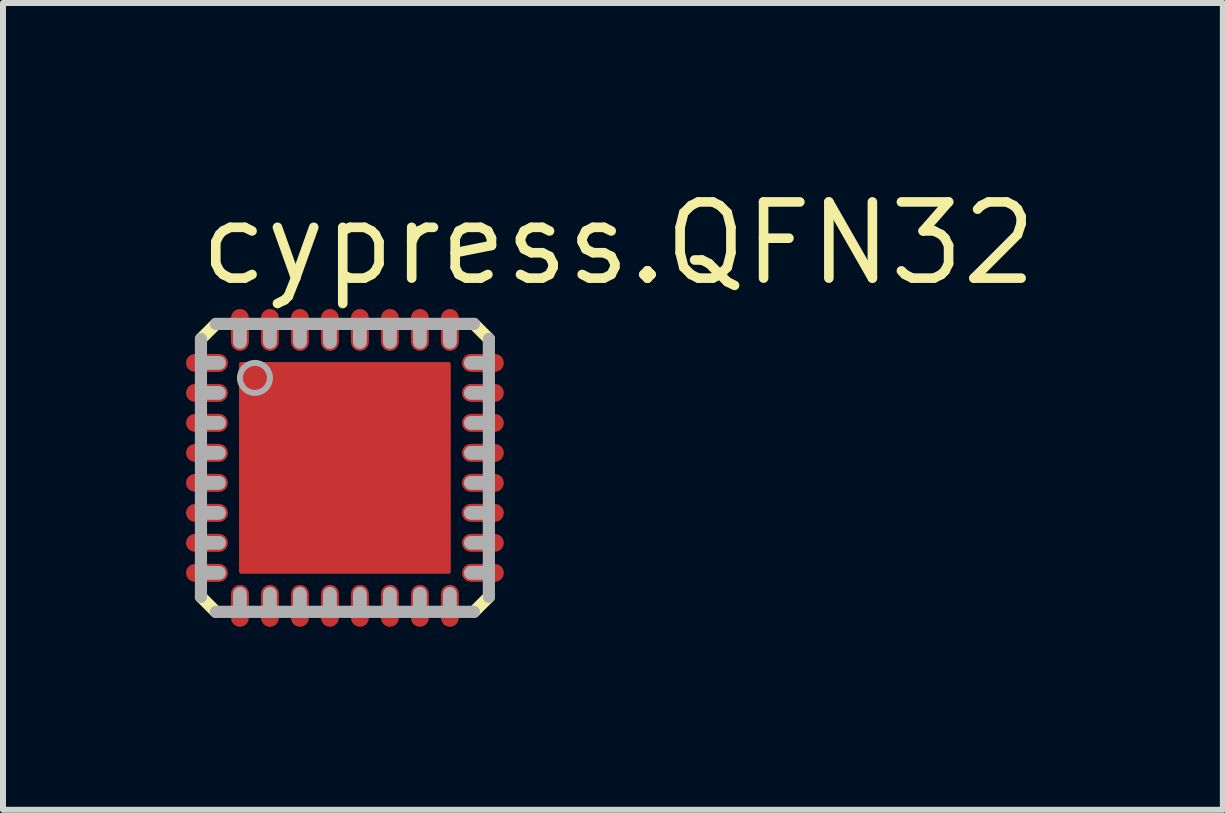
<source format=kicad_pcb>
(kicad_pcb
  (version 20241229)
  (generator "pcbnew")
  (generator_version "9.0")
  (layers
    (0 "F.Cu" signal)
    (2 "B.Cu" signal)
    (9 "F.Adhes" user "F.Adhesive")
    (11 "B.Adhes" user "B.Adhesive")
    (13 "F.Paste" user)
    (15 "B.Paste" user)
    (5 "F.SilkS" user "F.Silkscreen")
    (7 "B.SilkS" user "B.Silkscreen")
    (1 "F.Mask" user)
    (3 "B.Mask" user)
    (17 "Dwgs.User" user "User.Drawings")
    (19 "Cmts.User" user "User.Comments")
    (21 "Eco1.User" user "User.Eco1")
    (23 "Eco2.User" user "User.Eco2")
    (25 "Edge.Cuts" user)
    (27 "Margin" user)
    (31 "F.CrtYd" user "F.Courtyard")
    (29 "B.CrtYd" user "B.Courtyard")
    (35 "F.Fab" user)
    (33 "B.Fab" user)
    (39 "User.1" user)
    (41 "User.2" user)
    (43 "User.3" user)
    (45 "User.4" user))
  (footprint "cypress.QFN32"
    (layer "F.Cu")
    (at 2.7 4.75)
    (property "Reference" "cypress.QFN32" (at -2.5 -3 0) (layer "F.SilkS") (effects (font (size 1.27 1.27) (thickness 0.16)) (justify left bottom)))
    (attr smd)
    (fp_line (start -2.1 -1.75) (end -2.5 -1.75) (stroke (width 0.4) (type default)) (layer "F.Mask"))
    (fp_line (start -2.1 -1.25) (end -2.5 -1.25) (stroke (width 0.4) (type default)) (layer "F.Mask"))
    (fp_line (start -2.1 -0.75) (end -2.5 -0.75) (stroke (width 0.4) (type default)) (layer "F.Mask"))
    (fp_line (start -2.1 -0.25) (end -2.5 -0.25) (stroke (width 0.4) (type default)) (layer "F.Mask"))
    (fp_line (start -2.1 0.25) (end -2.5 0.25) (stroke (width 0.4) (type default)) (layer "F.Mask"))
    (fp_line (start -2.1 0.75) (end -2.5 0.75) (stroke (width 0.4) (type default)) (layer "F.Mask"))
    (fp_line (start -2.1 1.25) (end -2.5 1.25) (stroke (width 0.4) (type default)) (layer "F.Mask"))
    (fp_line (start -2.1 1.75) (end -2.5 1.75) (stroke (width 0.4) (type default)) (layer "F.Mask"))
    (fp_line (start -1.75 -2.1) (end -1.75 -2.5) (stroke (width 0.4) (type default)) (layer "F.Mask"))
    (fp_line (start -1.75 2.1) (end -1.75 2.5) (stroke (width 0.4) (type default)) (layer "F.Mask"))
    (fp_line (start -1.25 -2.1) (end -1.25 -2.5) (stroke (width 0.4) (type default)) (layer "F.Mask"))
    (fp_line (start -1.25 2.1) (end -1.25 2.5) (stroke (width 0.4) (type default)) (layer "F.Mask"))
    (fp_line (start -0.75 -2.1) (end -0.75 -2.5) (stroke (width 0.4) (type default)) (layer "F.Mask"))
    (fp_line (start -0.75 2.1) (end -0.75 2.5) (stroke (width 0.4) (type default)) (layer "F.Mask"))
    (fp_line (start -0.25 -2.1) (end -0.25 -2.5) (stroke (width 0.4) (type default)) (layer "F.Mask"))
    (fp_line (start -0.25 2.1) (end -0.25 2.5) (stroke (width 0.4) (type default)) (layer "F.Mask"))
    (fp_line (start 0.25 -2.1) (end 0.25 -2.5) (stroke (width 0.4) (type default)) (layer "F.Mask"))
    (fp_line (start 0.25 2.1) (end 0.25 2.5) (stroke (width 0.4) (type default)) (layer "F.Mask"))
    (fp_line (start 0.75 -2.1) (end 0.75 -2.5) (stroke (width 0.4) (type default)) (layer "F.Mask"))
    (fp_line (start 0.75 2.1) (end 0.75 2.5) (stroke (width 0.4) (type default)) (layer "F.Mask"))
    (fp_line (start 1.25 -2.1) (end 1.25 -2.5) (stroke (width 0.4) (type default)) (layer "F.Mask"))
    (fp_line (start 1.25 2.1) (end 1.25 2.5) (stroke (width 0.4) (type default)) (layer "F.Mask"))
    (fp_line (start 1.75 -2.1) (end 1.75 -2.5) (stroke (width 0.4) (type default)) (layer "F.Mask"))
    (fp_line (start 1.75 2.1) (end 1.75 2.5) (stroke (width 0.4) (type default)) (layer "F.Mask"))
    (fp_line (start 2.1 -1.75) (end 2.5 -1.75) (stroke (width 0.4) (type default)) (layer "F.Mask"))
    (fp_line (start 2.1 -1.25) (end 2.5 -1.25) (stroke (width 0.4) (type default)) (layer "F.Mask"))
    (fp_line (start 2.1 -0.75) (end 2.5 -0.75) (stroke (width 0.4) (type default)) (layer "F.Mask"))
    (fp_line (start 2.1 -0.25) (end 2.5 -0.25) (stroke (width 0.4) (type default)) (layer "F.Mask"))
    (fp_line (start 2.1 0.25) (end 2.5 0.25) (stroke (width 0.4) (type default)) (layer "F.Mask"))
    (fp_line (start 2.1 0.75) (end 2.5 0.75) (stroke (width 0.4) (type default)) (layer "F.Mask"))
    (fp_line (start 2.1 1.25) (end 2.5 1.25) (stroke (width 0.4) (type default)) (layer "F.Mask"))
    (fp_line (start 2.1 1.75) (end 2.5 1.75) (stroke (width 0.4) (type default)) (layer "F.Mask"))
    (fp_rect (start -1.8 1.8) (end 1.8 -1.8) (stroke (width 0.05) (type default)) (fill yes) (layer "F.Mask"))
    (fp_line (start -2.4 -2.15) (end -2.15 -2.4) (stroke (width 0.203) (type default)) (layer "F.SilkS"))
    (fp_line (start -2.15 2.4) (end -2.4 2.15) (stroke (width 0.203) (type default)) (layer "F.SilkS"))
    (fp_line (start 2.15 -2.4) (end 2.4 -2.15) (stroke (width 0.203) (type default)) (layer "F.SilkS"))
    (fp_line (start 2.4 2.15) (end 2.15 2.4) (stroke (width 0.203) (type default)) (layer "F.SilkS"))
    (fp_line (start -2.1 -1.75) (end -2.5 -1.75) (stroke (width 0.25) (type default)) (layer "F.Paste"))
    (fp_line (start -2.1 -1.25) (end -2.5 -1.25) (stroke (width 0.25) (type default)) (layer "F.Paste"))
    (fp_line (start -2.1 -0.75) (end -2.5 -0.75) (stroke (width 0.25) (type default)) (layer "F.Paste"))
    (fp_line (start -2.1 -0.25) (end -2.5 -0.25) (stroke (width 0.25) (type default)) (layer "F.Paste"))
    (fp_line (start -2.1 0.25) (end -2.5 0.25) (stroke (width 0.25) (type default)) (layer "F.Paste"))
    (fp_line (start -2.1 0.75) (end -2.5 0.75) (stroke (width 0.25) (type default)) (layer "F.Paste"))
    (fp_line (start -2.1 1.25) (end -2.5 1.25) (stroke (width 0.25) (type default)) (layer "F.Paste"))
    (fp_line (start -2.1 1.75) (end -2.5 1.75) (stroke (width 0.25) (type default)) (layer "F.Paste"))
    (fp_line (start -1.75 -2.1) (end -1.75 -2.5) (stroke (width 0.25) (type default)) (layer "F.Paste"))
    (fp_line (start -1.75 2.1) (end -1.75 2.5) (stroke (width 0.25) (type default)) (layer "F.Paste"))
    (fp_line (start -1.25 -2.1) (end -1.25 -2.5) (stroke (width 0.25) (type default)) (layer "F.Paste"))
    (fp_line (start -1.25 2.1) (end -1.25 2.5) (stroke (width 0.25) (type default)) (layer "F.Paste"))
    (fp_line (start -0.75 -2.1) (end -0.75 -2.5) (stroke (width 0.25) (type default)) (layer "F.Paste"))
    (fp_line (start -0.75 2.1) (end -0.75 2.5) (stroke (width 0.25) (type default)) (layer "F.Paste"))
    (fp_line (start -0.25 -2.1) (end -0.25 -2.5) (stroke (width 0.25) (type default)) (layer "F.Paste"))
    (fp_line (start -0.25 2.1) (end -0.25 2.5) (stroke (width 0.25) (type default)) (layer "F.Paste"))
    (fp_line (start 0.25 -2.1) (end 0.25 -2.5) (stroke (width 0.25) (type default)) (layer "F.Paste"))
    (fp_line (start 0.25 2.1) (end 0.25 2.5) (stroke (width 0.25) (type default)) (layer "F.Paste"))
    (fp_line (start 0.75 -2.1) (end 0.75 -2.5) (stroke (width 0.25) (type default)) (layer "F.Paste"))
    (fp_line (start 0.75 2.1) (end 0.75 2.5) (stroke (width 0.25) (type default)) (layer "F.Paste"))
    (fp_line (start 1.25 -2.1) (end 1.25 -2.5) (stroke (width 0.25) (type default)) (layer "F.Paste"))
    (fp_line (start 1.25 2.1) (end 1.25 2.5) (stroke (width 0.25) (type default)) (layer "F.Paste"))
    (fp_line (start 1.75 -2.1) (end 1.75 -2.5) (stroke (width 0.25) (type default)) (layer "F.Paste"))
    (fp_line (start 1.75 2.1) (end 1.75 2.5) (stroke (width 0.25) (type default)) (layer "F.Paste"))
    (fp_line (start 2.1 -1.75) (end 2.5 -1.75) (stroke (width 0.25) (type default)) (layer "F.Paste"))
    (fp_line (start 2.1 -1.25) (end 2.5 -1.25) (stroke (width 0.25) (type default)) (layer "F.Paste"))
    (fp_line (start 2.1 -0.75) (end 2.5 -0.75) (stroke (width 0.25) (type default)) (layer "F.Paste"))
    (fp_line (start 2.1 -0.25) (end 2.5 -0.25) (stroke (width 0.25) (type default)) (layer "F.Paste"))
    (fp_line (start 2.1 0.25) (end 2.5 0.25) (stroke (width 0.25) (type default)) (layer "F.Paste"))
    (fp_line (start 2.1 0.75) (end 2.5 0.75) (stroke (width 0.25) (type default)) (layer "F.Paste"))
    (fp_line (start 2.1 1.25) (end 2.5 1.25) (stroke (width 0.25) (type default)) (layer "F.Paste"))
    (fp_line (start 2.1 1.75) (end 2.5 1.75) (stroke (width 0.25) (type default)) (layer "F.Paste"))
    (fp_rect (start -1.65 1.65) (end 1.65 -1.65) (stroke (width 0.05) (type default)) (fill yes) (layer "F.Paste"))
    (fp_line (start -2.4 2.15) (end -2.4 -2.15) (stroke (width 0.203) (type default)) (layer "F.Fab"))
    (fp_line (start -2.15 -2.4) (end 2.15 -2.4) (stroke (width 0.203) (type default)) (layer "F.Fab"))
    (fp_line (start -2.1 -1.75) (end -2.325 -1.75) (stroke (width 0.23) (type default)) (layer "F.Fab"))
    (fp_line (start -2.1 -1.25) (end -2.325 -1.25) (stroke (width 0.23) (type default)) (layer "F.Fab"))
    (fp_line (start -2.1 -0.75) (end -2.325 -0.75) (stroke (width 0.23) (type default)) (layer "F.Fab"))
    (fp_line (start -2.1 -0.25) (end -2.325 -0.25) (stroke (width 0.23) (type default)) (layer "F.Fab"))
    (fp_line (start -2.1 0.25) (end -2.325 0.25) (stroke (width 0.23) (type default)) (layer "F.Fab"))
    (fp_line (start -2.1 0.75) (end -2.325 0.75) (stroke (width 0.23) (type default)) (layer "F.Fab"))
    (fp_line (start -2.1 1.25) (end -2.325 1.25) (stroke (width 0.23) (type default)) (layer "F.Fab"))
    (fp_line (start -2.1 1.75) (end -2.325 1.75) (stroke (width 0.23) (type default)) (layer "F.Fab"))
    (fp_line (start -1.75 -2.1) (end -1.75 -2.325) (stroke (width 0.23) (type default)) (layer "F.Fab"))
    (fp_line (start -1.75 2.1) (end -1.75 2.325) (stroke (width 0.23) (type default)) (layer "F.Fab"))
    (fp_line (start -1.25 -2.1) (end -1.25 -2.325) (stroke (width 0.23) (type default)) (layer "F.Fab"))
    (fp_line (start -1.25 2.1) (end -1.25 2.325) (stroke (width 0.23) (type default)) (layer "F.Fab"))
    (fp_line (start -0.75 -2.1) (end -0.75 -2.325) (stroke (width 0.23) (type default)) (layer "F.Fab"))
    (fp_line (start -0.75 2.1) (end -0.75 2.325) (stroke (width 0.23) (type default)) (layer "F.Fab"))
    (fp_line (start -0.25 -2.1) (end -0.25 -2.325) (stroke (width 0.23) (type default)) (layer "F.Fab"))
    (fp_line (start -0.25 2.1) (end -0.25 2.325) (stroke (width 0.23) (type default)) (layer "F.Fab"))
    (fp_line (start 0.25 -2.1) (end 0.25 -2.325) (stroke (width 0.23) (type default)) (layer "F.Fab"))
    (fp_line (start 0.25 2.1) (end 0.25 2.325) (stroke (width 0.23) (type default)) (layer "F.Fab"))
    (fp_line (start 0.75 -2.1) (end 0.75 -2.325) (stroke (width 0.23) (type default)) (layer "F.Fab"))
    (fp_line (start 0.75 2.1) (end 0.75 2.325) (stroke (width 0.23) (type default)) (layer "F.Fab"))
    (fp_line (start 1.25 -2.1) (end 1.25 -2.325) (stroke (width 0.23) (type default)) (layer "F.Fab"))
    (fp_line (start 1.25 2.1) (end 1.25 2.325) (stroke (width 0.23) (type default)) (layer "F.Fab"))
    (fp_line (start 1.75 -2.1) (end 1.75 -2.325) (stroke (width 0.23) (type default)) (layer "F.Fab"))
    (fp_line (start 1.75 2.1) (end 1.75 2.325) (stroke (width 0.23) (type default)) (layer "F.Fab"))
    (fp_line (start 2.1 -1.75) (end 2.325 -1.75) (stroke (width 0.23) (type default)) (layer "F.Fab"))
    (fp_line (start 2.1 -1.25) (end 2.325 -1.25) (stroke (width 0.23) (type default)) (layer "F.Fab"))
    (fp_line (start 2.1 -0.75) (end 2.325 -0.75) (stroke (width 0.23) (type default)) (layer "F.Fab"))
    (fp_line (start 2.1 -0.25) (end 2.325 -0.25) (stroke (width 0.23) (type default)) (layer "F.Fab"))
    (fp_line (start 2.1 0.25) (end 2.325 0.25) (stroke (width 0.23) (type default)) (layer "F.Fab"))
    (fp_line (start 2.1 0.75) (end 2.325 0.75) (stroke (width 0.23) (type default)) (layer "F.Fab"))
    (fp_line (start 2.1 1.25) (end 2.325 1.25) (stroke (width 0.23) (type default)) (layer "F.Fab"))
    (fp_line (start 2.1 1.75) (end 2.325 1.75) (stroke (width 0.23) (type default)) (layer "F.Fab"))
    (fp_line (start 2.15 2.4) (end -2.15 2.4) (stroke (width 0.203) (type default)) (layer "F.Fab"))
    (fp_line (start 2.4 -2.15) (end 2.4 2.15) (stroke (width 0.203) (type default)) (layer "F.Fab"))
    (fp_circle (center -1.5 -1.5) (end -1.25 -1.5) (stroke (width 0.1) (type default)) (fill no) (layer "F.Fab"))
    (pad "1" smd roundrect (at -2.3 -1.75) (size 0.7 0.3) (layers "F.Cu" "F.Mask" "F.Paste") (roundrect_rratio 0.5))
    (pad "2" smd roundrect (at -2.3 -1.25) (size 0.7 0.3) (layers "F.Cu" "F.Mask" "F.Paste") (roundrect_rratio 0.5))
    (pad "3" smd roundrect (at -2.3 -0.75) (size 0.7 0.3) (layers "F.Cu" "F.Mask" "F.Paste") (roundrect_rratio 0.5))
    (pad "4" smd roundrect (at -2.3 -0.25) (size 0.7 0.3) (layers "F.Cu" "F.Mask" "F.Paste") (roundrect_rratio 0.5))
    (pad "5" smd roundrect (at -2.3 0.25) (size 0.7 0.3) (layers "F.Cu" "F.Mask" "F.Paste") (roundrect_rratio 0.5))
    (pad "6" smd roundrect (at -2.3 0.75) (size 0.7 0.3) (layers "F.Cu" "F.Mask" "F.Paste") (roundrect_rratio 0.5))
    (pad "7" smd roundrect (at -2.3 1.25) (size 0.7 0.3) (layers "F.Cu" "F.Mask" "F.Paste") (roundrect_rratio 0.5))
    (pad "8" smd roundrect (at -2.3 1.75) (size 0.7 0.3) (layers "F.Cu" "F.Mask" "F.Paste") (roundrect_rratio 0.5))
    (pad "9" smd roundrect (at -1.75 2.3 90) (size 0.7 0.3) (layers "F.Cu" "F.Mask" "F.Paste") (roundrect_rratio 0.5))
    (pad "10" smd roundrect (at -1.25 2.3 90) (size 0.7 0.3) (layers "F.Cu" "F.Mask" "F.Paste") (roundrect_rratio 0.5))
    (pad "11" smd roundrect (at -0.75 2.3 90) (size 0.7 0.3) (layers "F.Cu" "F.Mask" "F.Paste") (roundrect_rratio 0.5))
    (pad "12" smd roundrect (at -0.25 2.3 90) (size 0.7 0.3) (layers "F.Cu" "F.Mask" "F.Paste") (roundrect_rratio 0.5))
    (pad "13" smd roundrect (at 0.25 2.3 90) (size 0.7 0.3) (layers "F.Cu" "F.Mask" "F.Paste") (roundrect_rratio 0.5))
    (pad "14" smd roundrect (at 0.75 2.3 90) (size 0.7 0.3) (layers "F.Cu" "F.Mask" "F.Paste") (roundrect_rratio 0.5))
    (pad "15" smd roundrect (at 1.25 2.3 90) (size 0.7 0.3) (layers "F.Cu" "F.Mask" "F.Paste") (roundrect_rratio 0.5))
    (pad "16" smd roundrect (at 1.75 2.3 90) (size 0.7 0.3) (layers "F.Cu" "F.Mask" "F.Paste") (roundrect_rratio 0.5))
    (pad "17" smd roundrect (at 2.3 1.75 180) (size 0.7 0.3) (layers "F.Cu" "F.Mask" "F.Paste") (roundrect_rratio 0.5))
    (pad "18" smd roundrect (at 2.3 1.25 180) (size 0.7 0.3) (layers "F.Cu" "F.Mask" "F.Paste") (roundrect_rratio 0.5))
    (pad "19" smd roundrect (at 2.3 0.75 180) (size 0.7 0.3) (layers "F.Cu" "F.Mask" "F.Paste") (roundrect_rratio 0.5))
    (pad "20" smd roundrect (at 2.3 0.25 180) (size 0.7 0.3) (layers "F.Cu" "F.Mask" "F.Paste") (roundrect_rratio 0.5))
    (pad "21" smd roundrect (at 2.3 -0.25 180) (size 0.7 0.3) (layers "F.Cu" "F.Mask" "F.Paste") (roundrect_rratio 0.5))
    (pad "22" smd roundrect (at 2.3 -0.75 180) (size 0.7 0.3) (layers "F.Cu" "F.Mask" "F.Paste") (roundrect_rratio 0.5))
    (pad "23" smd roundrect (at 2.3 -1.25 180) (size 0.7 0.3) (layers "F.Cu" "F.Mask" "F.Paste") (roundrect_rratio 0.5))
    (pad "24" smd roundrect (at 2.3 -1.75 180) (size 0.7 0.3) (layers "F.Cu" "F.Mask" "F.Paste") (roundrect_rratio 0.5))
    (pad "25" smd roundrect (at 1.75 -2.3 270) (size 0.7 0.3) (layers "F.Cu" "F.Mask" "F.Paste") (roundrect_rratio 0.5))
    (pad "26" smd roundrect (at 1.25 -2.3 270) (size 0.7 0.3) (layers "F.Cu" "F.Mask" "F.Paste") (roundrect_rratio 0.5))
    (pad "27" smd roundrect (at 0.75 -2.3 270) (size 0.7 0.3) (layers "F.Cu" "F.Mask" "F.Paste") (roundrect_rratio 0.5))
    (pad "28" smd roundrect (at 0.25 -2.3 270) (size 0.7 0.3) (layers "F.Cu" "F.Mask" "F.Paste") (roundrect_rratio 0.5))
    (pad "29" smd roundrect (at -0.25 -2.3 270) (size 0.7 0.3) (layers "F.Cu" "F.Mask" "F.Paste") (roundrect_rratio 0.5))
    (pad "30" smd roundrect (at -0.75 -2.3 270) (size 0.7 0.3) (layers "F.Cu" "F.Mask" "F.Paste") (roundrect_rratio 0.5))
    (pad "31" smd roundrect (at -1.25 -2.3 270) (size 0.7 0.3) (layers "F.Cu" "F.Mask" "F.Paste") (roundrect_rratio 0.5))
    (pad "32" smd roundrect (at -1.75 -2.3 270) (size 0.7 0.3) (layers "F.Cu" "F.Mask" "F.Paste") (roundrect_rratio 0.5))
    (pad "EXP" smd roundrect (at 0 0) (size 3.53 3.53) (layers "F.Cu" "F.Mask" "F.Paste") (roundrect_rratio 0.01)))
  (gr_rect
    (start -3 -3)
    (end 17.336 10.45)
    (stroke (width 0.1) (type default))
    (fill no)
    (layer "Edge.Cuts")))
</source>
